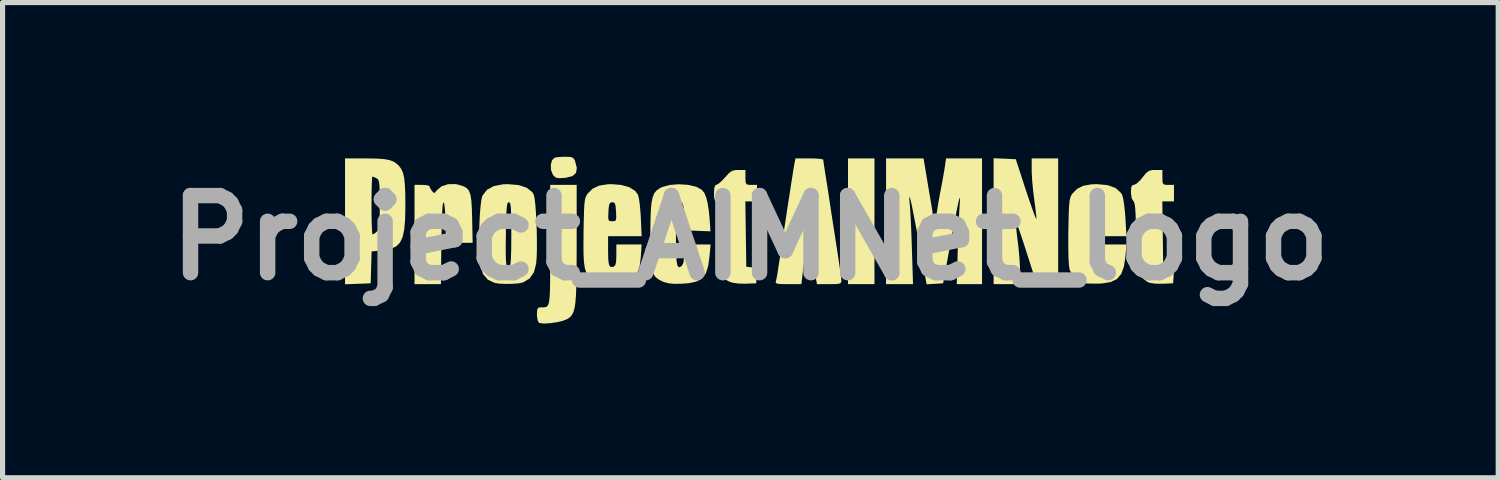
<source format=kicad_pcb>
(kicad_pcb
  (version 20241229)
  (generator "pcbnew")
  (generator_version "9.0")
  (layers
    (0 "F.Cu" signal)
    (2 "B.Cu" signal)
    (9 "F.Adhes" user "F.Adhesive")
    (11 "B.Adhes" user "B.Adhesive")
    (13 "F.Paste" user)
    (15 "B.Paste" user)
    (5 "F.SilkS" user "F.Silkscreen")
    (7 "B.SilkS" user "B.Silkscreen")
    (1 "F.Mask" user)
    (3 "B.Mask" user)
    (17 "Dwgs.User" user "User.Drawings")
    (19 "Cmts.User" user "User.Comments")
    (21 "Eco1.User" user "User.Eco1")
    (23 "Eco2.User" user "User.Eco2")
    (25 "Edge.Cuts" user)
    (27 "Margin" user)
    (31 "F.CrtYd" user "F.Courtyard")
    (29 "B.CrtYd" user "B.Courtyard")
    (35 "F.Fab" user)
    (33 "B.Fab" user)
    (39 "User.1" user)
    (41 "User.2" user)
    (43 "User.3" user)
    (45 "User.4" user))
  (footprint "Project_AIMNet_logo"
    (layer "F.Cu")
    (at 11.55 1.577)
    (property "Reference" "Project_AIMNet_logo" (at 0 0 0) (layer "F.Fab") (effects (font (size 1.5 1.5) (thickness 0.3))))
    (attr board_only exclude_from_pos_files exclude_from_bom)
    (fp_poly (pts (xy 2.414 -0.322) (xy 2.414 0.901) (xy 2.157 0.901) (xy 1.899 0.901) (xy 1.899 -0.322) (xy 1.899 -1.545) (xy 2.157 -1.545) (xy 2.414 -1.545)) (stroke (width 0) (type solid)) (fill yes) (layer "F.SilkS"))
    (fp_poly (pts (xy -3.504 -1.573) (xy -3.45 -1.556) (xy -3.42 -1.516) (xy -3.412 -1.495) (xy -3.377 -1.36) (xy -3.393 -1.263) (xy -3.462 -1.201) (xy -3.587 -1.169) (xy -3.616 -1.166) (xy -3.72 -1.16) (xy -3.781 -1.169) (xy -3.821 -1.2) (xy -3.847 -1.236) (xy -3.88 -1.323) (xy -3.883 -1.422) (xy -3.86 -1.508) (xy -3.812 -1.558) (xy -3.811 -1.558) (xy -3.751 -1.57) (xy -3.654 -1.576) (xy -3.602 -1.577)) (stroke (width 0) (type solid)) (fill yes) (layer "F.SilkS"))
    (fp_poly (pts (xy -5.678 -1.033) (xy -5.588 -1.005) (xy -5.522 -0.97) (xy -5.477 -0.918) (xy -5.447 -0.839) (xy -5.429 -0.723) (xy -5.419 -0.561) (xy -5.414 -0.383) (xy -5.404 0.097) (xy -5.663 0.097) (xy -5.921 0.097) (xy -5.931 -0.298) (xy -5.937 -0.464) (xy -5.947 -0.591) (xy -5.959 -0.67) (xy -5.972 -0.692) (xy -5.983 -0.661) (xy -5.993 -0.568) (xy -6.001 -0.418) (xy -6.007 -0.214) (xy -6.012 0.041) (xy -6.013 0.105) (xy -6.021 0.901) (xy -6.278 0.901) (xy -6.535 0.901) (xy -6.535 -0.064) (xy -6.535 -1.03) (xy -6.39 -1.03) (xy -6.304 -1.025) (xy -6.252 -1.012) (xy -6.245 -1.004) (xy -6.228 -0.961) (xy -6.199 -0.916) (xy -6.162 -0.874) (xy -6.135 -0.881) (xy -6.101 -0.925) (xy -6.01 -1.001) (xy -5.883 -1.043) (xy -5.739 -1.045)) (stroke (width 0) (type solid)) (fill yes) (layer "F.SilkS"))
    (fp_poly (pts (xy -3.38 0.098) (xy -3.381 0.433) (xy -3.383 0.71) (xy -3.387 0.934) (xy -3.394 1.113) (xy -3.404 1.252) (xy -3.419 1.357) (xy -3.44 1.435) (xy -3.466 1.491) (xy -3.499 1.533) (xy -3.539 1.565) (xy -3.558 1.578) (xy -3.643 1.613) (xy -3.763 1.642) (xy -3.894 1.661) (xy -4.014 1.668) (xy -4.1 1.659) (xy -4.113 1.655) (xy -4.138 1.612) (xy -4.152 1.526) (xy -4.153 1.494) (xy -4.149 1.406) (xy -4.132 1.364) (xy -4.092 1.352) (xy -4.075 1.352) (xy -4.029 1.353) (xy -3.991 1.35) (xy -3.962 1.339) (xy -3.939 1.313) (xy -3.922 1.266) (xy -3.91 1.191) (xy -3.902 1.084) (xy -3.898 0.937) (xy -3.896 0.745) (xy -3.895 0.503) (xy -3.895 0.202) (xy -3.895 0.141) (xy -3.895 -1.03) (xy -3.638 -1.03) (xy -3.38 -1.03)) (stroke (width 0) (type solid)) (fill yes) (layer "F.SilkS"))
    (fp_poly (pts (xy 4.948 -1.539) (xy 5.164 -1.529) (xy 5.363 -0.917) (xy 5.424 -0.736) (xy 5.477 -0.583) (xy 5.52 -0.465) (xy 5.55 -0.39) (xy 5.564 -0.367) (xy 5.565 -0.37) (xy 5.562 -0.429) (xy 5.55 -0.533) (xy 5.533 -0.667) (xy 5.521 -0.757) (xy 5.5 -0.927) (xy 5.483 -1.106) (xy 5.474 -1.263) (xy 5.473 -1.312) (xy 5.473 -1.545) (xy 5.73 -1.545) (xy 5.988 -1.545) (xy 5.988 -0.322) (xy 5.988 0.901) (xy 5.78 0.901) (xy 5.572 0.901) (xy 5.375 0.287) (xy 5.315 0.101) (xy 5.261 -0.061) (xy 5.216 -0.19) (xy 5.184 -0.278) (xy 5.167 -0.315) (xy 5.165 -0.315) (xy 5.164 -0.28) (xy 5.171 -0.194) (xy 5.184 -0.072) (xy 5.199 0.05) (xy 5.22 0.228) (xy 5.236 0.413) (xy 5.245 0.579) (xy 5.247 0.652) (xy 5.247 0.901) (xy 4.99 0.901) (xy 4.732 0.901) (xy 4.732 -0.323) (xy 4.732 -1.548)) (stroke (width 0) (type solid)) (fill yes) (layer "F.SilkS"))
    (fp_poly (pts (xy -0.097 -1.175) (xy -0.094 -1.086) (xy -0.078 -1.044) (xy -0.034 -1.031) (xy 0.016 -1.03) (xy 0.129 -1.03) (xy 0.129 -0.869) (xy 0.129 -0.708) (xy 0.015 -0.708) (xy -0.098 -0.708) (xy -0.089 -0.072) (xy -0.08 0.563) (xy 0.026 0.574) (xy 0.09 0.583) (xy 0.12 0.607) (xy 0.126 0.664) (xy 0.122 0.735) (xy 0.113 0.885) (xy -0.097 0.893) (xy -0.24 0.889) (xy -0.358 0.871) (xy -0.402 0.856) (xy -0.462 0.826) (xy -0.508 0.79) (xy -0.542 0.741) (xy -0.567 0.669) (xy -0.584 0.567) (xy -0.594 0.427) (xy -0.601 0.239) (xy -0.606 -0.004) (xy -0.606 -0.024) (xy -0.61 -0.256) (xy -0.615 -0.431) (xy -0.621 -0.556) (xy -0.63 -0.638) (xy -0.64 -0.686) (xy -0.654 -0.706) (xy -0.662 -0.708) (xy -0.692 -0.728) (xy -0.706 -0.794) (xy -0.708 -0.869) (xy -0.702 -0.973) (xy -0.683 -1.022) (xy -0.663 -1.03) (xy -0.619 -1.053) (xy -0.551 -1.113) (xy -0.494 -1.175) (xy -0.418 -1.258) (xy -0.357 -1.302) (xy -0.289 -1.318) (xy -0.233 -1.32) (xy -0.097 -1.32)) (stroke (width 0) (type solid)) (fill yes) (layer "F.SilkS"))
    (fp_poly (pts (xy 8.016 -1.175) (xy 8.018 -1.086) (xy 8.035 -1.044) (xy 8.079 -1.031) (xy 8.129 -1.03) (xy 8.241 -1.03) (xy 8.241 -0.869) (xy 8.241 -0.708) (xy 8.128 -0.708) (xy 8.015 -0.708) (xy 8.023 -0.072) (xy 8.032 0.563) (xy 8.138 0.574) (xy 8.203 0.583) (xy 8.232 0.607) (xy 8.239 0.664) (xy 8.235 0.735) (xy 8.225 0.885) (xy 8.016 0.894) (xy 7.883 0.892) (xy 7.775 0.877) (xy 7.729 0.861) (xy 7.655 0.806) (xy 7.585 0.731) (xy 7.584 0.73) (xy 7.562 0.695) (xy 7.544 0.654) (xy 7.532 0.597) (xy 7.522 0.516) (xy 7.516 0.4) (xy 7.511 0.24) (xy 7.507 0.028) (xy 7.506 -0.026) (xy 7.501 -0.26) (xy 7.495 -0.436) (xy 7.488 -0.563) (xy 7.478 -0.647) (xy 7.465 -0.697) (xy 7.449 -0.718) (xy 7.418 -0.769) (xy 7.405 -0.87) (xy 7.404 -0.887) (xy 7.409 -0.978) (xy 7.428 -1.02) (xy 7.463 -1.03) (xy 7.513 -1.054) (xy 7.581 -1.117) (xy 7.63 -1.175) (xy 7.697 -1.259) (xy 7.753 -1.302) (xy 7.818 -1.318) (xy 7.877 -1.32) (xy 8.016 -1.32)) (stroke (width 0) (type solid)) (fill yes) (layer "F.SilkS"))
    (fp_poly (pts (xy -7.283 -1.542) (xy -7.131 -1.532) (xy -7.019 -1.512) (xy -6.936 -1.48) (xy -6.869 -1.431) (xy -6.837 -1.399) (xy -6.793 -1.34) (xy -6.76 -1.267) (xy -6.737 -1.17) (xy -6.723 -1.038) (xy -6.715 -0.863) (xy -6.713 -0.633) (xy -6.713 -0.612) (xy -6.718 -0.358) (xy -6.735 -0.16) (xy -6.767 -0.012) (xy -6.819 0.095) (xy -6.894 0.168) (xy -6.997 0.214) (xy -7.132 0.241) (xy -7.175 0.246) (xy -7.37 0.266) (xy -7.379 0.576) (xy -7.388 0.885) (xy -7.638 0.895) (xy -7.887 0.904) (xy -7.887 -0.321) (xy -7.887 -0.628) (xy -7.372 -0.628) (xy -7.371 -0.445) (xy -7.368 -0.288) (xy -7.363 -0.165) (xy -7.357 -0.087) (xy -7.351 -0.064) (xy -7.313 -0.084) (xy -7.27 -0.118) (xy -7.247 -0.145) (xy -7.231 -0.186) (xy -7.22 -0.251) (xy -7.214 -0.35) (xy -7.212 -0.495) (xy -7.211 -0.648) (xy -7.212 -0.833) (xy -7.214 -0.965) (xy -7.22 -1.053) (xy -7.231 -1.107) (xy -7.247 -1.138) (xy -7.271 -1.157) (xy -7.273 -1.158) (xy -7.331 -1.185) (xy -7.354 -1.191) (xy -7.36 -1.161) (xy -7.365 -1.076) (xy -7.369 -0.948) (xy -7.371 -0.786) (xy -7.372 -0.628) (xy -7.887 -0.628) (xy -7.887 -1.545) (xy -7.487 -1.545)) (stroke (width 0) (type solid)) (fill yes) (layer "F.SilkS"))
    (fp_poly (pts (xy 3.427 -1.199) (xy 3.456 -1.021) (xy 3.488 -0.833) (xy 3.517 -0.664) (xy 3.528 -0.596) (xy 3.55 -0.457) (xy 3.567 -0.329) (xy 3.576 -0.235) (xy 3.577 -0.225) (xy 3.582 -0.201) (xy 3.592 -0.233) (xy 3.604 -0.315) (xy 3.609 -0.354) (xy 3.628 -0.498) (xy 3.656 -0.675) (xy 3.687 -0.853) (xy 3.7 -0.917) (xy 3.73 -1.074) (xy 3.757 -1.225) (xy 3.778 -1.348) (xy 3.785 -1.392) (xy 3.806 -1.545) (xy 4.157 -1.545) (xy 4.507 -1.545) (xy 4.507 -0.322) (xy 4.507 0.901) (xy 4.261 0.901) (xy 4.015 0.901) (xy 4.035 0.217) (xy 4.042 0.001) (xy 4.05 -0.205) (xy 4.057 -0.387) (xy 4.065 -0.534) (xy 4.071 -0.631) (xy 4.072 -0.644) (xy 4.079 -0.744) (xy 4.077 -0.783) (xy 4.066 -0.761) (xy 4.045 -0.678) (xy 4.014 -0.532) (xy 3.973 -0.325) (xy 3.922 -0.054) (xy 3.897 0.08) (xy 3.75 0.885) (xy 3.589 0.895) (xy 3.429 0.904) (xy 3.272 0.058) (xy 3.217 -0.239) (xy 3.172 -0.472) (xy 3.137 -0.644) (xy 3.112 -0.752) (xy 3.096 -0.8) (xy 3.091 -0.786) (xy 3.095 -0.712) (xy 3.103 -0.628) (xy 3.11 -0.536) (xy 3.118 -0.393) (xy 3.127 -0.212) (xy 3.135 -0.008) (xy 3.142 0.207) (xy 3.143 0.233) (xy 3.164 0.901) (xy 2.902 0.901) (xy 2.64 0.901) (xy 2.64 -0.322) (xy 2.64 -1.545) (xy 3.004 -1.545) (xy 3.369 -1.545)) (stroke (width 0) (type solid)) (fill yes) (layer "F.SilkS"))
    (fp_poly (pts (xy -4.509 -1.026) (xy -4.351 -0.974) (xy -4.245 -0.889) (xy -4.216 -0.844) (xy -4.201 -0.78) (xy -4.186 -0.664) (xy -4.174 -0.51) (xy -4.164 -0.33) (xy -4.157 -0.138) (xy -4.154 0.055) (xy -4.154 0.235) (xy -4.159 0.389) (xy -4.168 0.5) (xy -4.211 0.669) (xy -4.296 0.791) (xy -4.423 0.868) (xy -4.505 0.885) (xy -4.627 0.895) (xy -4.764 0.897) (xy -4.89 0.891) (xy -4.974 0.878) (xy -5.107 0.816) (xy -5.2 0.707) (xy -5.249 0.569) (xy -5.264 0.463) (xy -5.274 0.315) (xy -5.274 0.304) (xy -4.76 0.304) (xy -4.757 0.427) (xy -4.749 0.508) (xy -4.737 0.554) (xy -4.72 0.573) (xy -4.696 0.572) (xy -4.692 0.571) (xy -4.677 0.55) (xy -4.666 0.492) (xy -4.659 0.391) (xy -4.654 0.241) (xy -4.652 0.035) (xy -4.652 -0.067) (xy -4.652 -0.286) (xy -4.655 -0.448) (xy -4.659 -0.561) (xy -4.667 -0.634) (xy -4.677 -0.675) (xy -4.692 -0.691) (xy -4.7 -0.692) (xy -4.718 -0.684) (xy -4.731 -0.653) (xy -4.74 -0.591) (xy -4.747 -0.491) (xy -4.753 -0.345) (xy -4.757 -0.144) (xy -4.757 -0.098) (xy -4.76 0.132) (xy -4.76 0.304) (xy -5.274 0.304) (xy -5.278 0.137) (xy -5.278 -0.058) (xy -5.273 -0.255) (xy -5.264 -0.443) (xy -5.251 -0.608) (xy -5.235 -0.736) (xy -5.216 -0.814) (xy -5.214 -0.819) (xy -5.126 -0.933) (xy -4.993 -1.006) (xy -4.812 -1.041) (xy -4.717 -1.044)) (stroke (width 0) (type solid)) (fill yes) (layer "F.SilkS"))
    (fp_poly (pts (xy -1.217 -1.031) (xy -1.064 -0.996) (xy -1.035 -0.984) (xy -0.947 -0.935) (xy -0.894 -0.871) (xy -0.857 -0.776) (xy -0.831 -0.668) (xy -0.809 -0.526) (xy -0.794 -0.38) (xy -0.794 -0.377) (xy -0.777 -0.126) (xy -1.024 -0.136) (xy -1.272 -0.145) (xy -1.28 -0.354) (xy -1.289 -0.513) (xy -1.303 -0.617) (xy -1.324 -0.678) (xy -1.357 -0.704) (xy -1.385 -0.708) (xy -1.407 -0.706) (xy -1.423 -0.692) (xy -1.434 -0.659) (xy -1.442 -0.598) (xy -1.446 -0.5) (xy -1.448 -0.358) (xy -1.449 -0.163) (xy -1.449 -0.082) (xy -1.448 0.151) (xy -1.444 0.326) (xy -1.436 0.449) (xy -1.423 0.527) (xy -1.403 0.566) (xy -1.377 0.572) (xy -1.341 0.551) (xy -1.335 0.546) (xy -1.302 0.481) (xy -1.288 0.354) (xy -1.288 0.318) (xy -1.288 0.129) (xy -1.031 0.129) (xy -0.775 0.129) (xy -0.794 0.346) (xy -0.821 0.546) (xy -0.866 0.69) (xy -0.939 0.789) (xy -1.047 0.85) (xy -1.199 0.883) (xy -1.331 0.893) (xy -1.484 0.895) (xy -1.594 0.885) (xy -1.684 0.86) (xy -1.725 0.842) (xy -1.794 0.805) (xy -1.848 0.761) (xy -1.887 0.702) (xy -1.915 0.62) (xy -1.932 0.506) (xy -1.942 0.351) (xy -1.946 0.147) (xy -1.947 -0.064) (xy -1.944 -0.32) (xy -1.938 -0.52) (xy -1.925 -0.672) (xy -1.903 -0.784) (xy -1.871 -0.865) (xy -1.825 -0.922) (xy -1.765 -0.964) (xy -1.715 -0.988) (xy -1.57 -1.028) (xy -1.395 -1.042)) (stroke (width 0) (type solid)) (fill yes) (layer "F.SilkS"))
    (fp_poly (pts (xy 6.95 -1.025) (xy 7.106 -0.968) (xy 7.21 -0.874) (xy 7.234 -0.833) (xy 7.252 -0.768) (xy 7.27 -0.656) (xy 7.286 -0.514) (xy 7.296 -0.392) (xy 7.317 -0.032) (xy 6.991 -0.032) (xy 6.664 -0.032) (xy 6.664 0.254) (xy 6.667 0.402) (xy 6.676 0.495) (xy 6.693 0.545) (xy 6.709 0.558) (xy 6.751 0.565) (xy 6.776 0.54) (xy 6.789 0.474) (xy 6.793 0.355) (xy 6.793 0.333) (xy 6.793 0.129) (xy 7.055 0.129) (xy 7.317 0.129) (xy 7.298 0.354) (xy 7.269 0.555) (xy 7.216 0.702) (xy 7.131 0.802) (xy 7.008 0.861) (xy 6.84 0.888) (xy 6.783 0.891) (xy 6.658 0.891) (xy 6.552 0.888) (xy 6.488 0.88) (xy 6.487 0.879) (xy 6.357 0.815) (xy 6.256 0.71) (xy 6.211 0.618) (xy 6.198 0.535) (xy 6.189 0.392) (xy 6.185 0.197) (xy 6.185 -0.045) (xy 6.186 -0.135) (xy 6.191 -0.354) (xy 6.195 -0.515) (xy 6.664 -0.515) (xy 6.666 -0.407) (xy 6.677 -0.349) (xy 6.7 -0.325) (xy 6.728 -0.322) (xy 6.764 -0.329) (xy 6.784 -0.36) (xy 6.791 -0.43) (xy 6.793 -0.515) (xy 6.79 -0.623) (xy 6.78 -0.681) (xy 6.757 -0.705) (xy 6.728 -0.708) (xy 6.692 -0.701) (xy 6.673 -0.67) (xy 6.665 -0.601) (xy 6.664 -0.515) (xy 6.195 -0.515) (xy 6.195 -0.519) (xy 6.202 -0.638) (xy 6.211 -0.722) (xy 6.224 -0.781) (xy 6.241 -0.823) (xy 6.264 -0.859) (xy 6.357 -0.953) (xy 6.475 -1.012) (xy 6.632 -1.04) (xy 6.745 -1.044)) (stroke (width 0) (type solid)) (fill yes) (layer "F.SilkS"))
    (fp_poly (pts (xy -2.514 -1.029) (xy -2.356 -0.984) (xy -2.241 -0.912) (xy -2.189 -0.842) (xy -2.171 -0.775) (xy -2.154 -0.662) (xy -2.14 -0.518) (xy -2.132 -0.394) (xy -2.116 -0.032) (xy -2.442 -0.032) (xy -2.769 -0.032) (xy -2.769 0.256) (xy -2.766 0.408) (xy -2.755 0.506) (xy -2.734 0.557) (xy -2.698 0.57) (xy -2.659 0.56) (xy -2.629 0.532) (xy -2.613 0.469) (xy -2.608 0.358) (xy -2.608 0.335) (xy -2.608 0.129) (xy -2.362 0.129) (xy -2.116 0.129) (xy -2.132 0.372) (xy -2.154 0.549) (xy -2.197 0.676) (xy -2.27 0.77) (xy -2.381 0.843) (xy -2.385 0.845) (xy -2.531 0.891) (xy -2.706 0.902) (xy -2.882 0.879) (xy -3.025 0.829) (xy -3.097 0.788) (xy -3.152 0.74) (xy -3.192 0.678) (xy -3.22 0.593) (xy -3.238 0.477) (xy -3.247 0.321) (xy -3.248 0.117) (xy -3.246 -0.134) (xy -3.242 -0.354) (xy -3.24 -0.403) (xy -2.766 -0.403) (xy -2.76 -0.348) (xy -2.737 -0.326) (xy -2.691 -0.322) (xy -2.688 -0.322) (xy -2.641 -0.325) (xy -2.617 -0.346) (xy -2.61 -0.399) (xy -2.614 -0.5) (xy -2.614 -0.507) (xy -2.622 -0.613) (xy -2.637 -0.669) (xy -2.665 -0.69) (xy -2.688 -0.692) (xy -2.725 -0.684) (xy -2.747 -0.649) (xy -2.758 -0.573) (xy -2.762 -0.507) (xy -2.766 -0.403) (xy -3.24 -0.403) (xy -3.237 -0.519) (xy -3.231 -0.638) (xy -3.222 -0.722) (xy -3.209 -0.781) (xy -3.191 -0.823) (xy -3.168 -0.859) (xy -3.07 -0.956) (xy -2.943 -1.016) (xy -2.773 -1.042) (xy -2.703 -1.044)) (stroke (width 0) (type solid)) (fill yes) (layer "F.SilkS"))
    (fp_poly (pts (xy 1.27 -1.543) (xy 1.363 -1.535) (xy 1.412 -1.525) (xy 1.417 -1.521) (xy 1.422 -1.481) (xy 1.435 -1.392) (xy 1.454 -1.271) (xy 1.465 -1.199) (xy 1.491 -1.038) (xy 1.517 -0.872) (xy 1.538 -0.731) (xy 1.543 -0.7) (xy 1.557 -0.605) (xy 1.579 -0.459) (xy 1.607 -0.278) (xy 1.639 -0.075) (xy 1.671 0.135) (xy 1.671 0.135) (xy 1.702 0.334) (xy 1.729 0.513) (xy 1.75 0.664) (xy 1.764 0.774) (xy 1.771 0.832) (xy 1.771 0.836) (xy 1.765 0.869) (xy 1.74 0.889) (xy 1.681 0.899) (xy 1.576 0.901) (xy 1.533 0.901) (xy 1.296 0.901) (xy 1.276 0.801) (xy 1.261 0.695) (xy 1.256 0.608) (xy 1.249 0.545) (xy 1.214 0.519) (xy 1.146 0.515) (xy 1.036 0.515) (xy 1.014 0.708) (xy 0.992 0.901) (xy 0.735 0.901) (xy 0.607 0.9) (xy 0.532 0.894) (xy 0.498 0.88) (xy 0.492 0.857) (xy 0.495 0.845) (xy 0.5 0.828) (xy 0.505 0.809) (xy 0.51 0.783) (xy 0.518 0.743) (xy 0.528 0.683) (xy 0.541 0.596) (xy 0.56 0.475) (xy 0.585 0.316) (xy 0.616 0.11) (xy 0.644 -0.073) (xy 1.096 -0.073) (xy 1.098 0.049) (xy 1.103 0.126) (xy 1.114 0.17) (xy 1.13 0.189) (xy 1.155 0.193) (xy 1.162 0.193) (xy 1.202 0.187) (xy 1.218 0.158) (xy 1.217 0.088) (xy 1.212 0.04) (xy 1.202 -0.057) (xy 1.191 -0.197) (xy 1.179 -0.358) (xy 1.172 -0.467) (xy 1.16 -0.626) (xy 1.147 -0.723) (xy 1.134 -0.76) (xy 1.122 -0.74) (xy 1.111 -0.664) (xy 1.103 -0.536) (xy 1.098 -0.356) (xy 1.097 -0.249) (xy 1.096 -0.073) (xy 0.644 -0.073) (xy 0.655 -0.149) (xy 0.691 -0.386) (xy 0.728 -0.631) (xy 0.764 -0.86) (xy 0.795 -1.063) (xy 0.822 -1.232) (xy 0.842 -1.358) (xy 0.854 -1.431) (xy 0.856 -1.441) (xy 0.877 -1.545) (xy 1.147 -1.545)) (stroke (width 0) (type solid)) (fill yes) (layer "F.SilkS")))
  (gr_rect
    (start -3 -3)
    (end 26.1 6.246)
    (stroke (width 0.1) (type default))
    (fill no)
    (layer "Edge.Cuts")))
</source>
